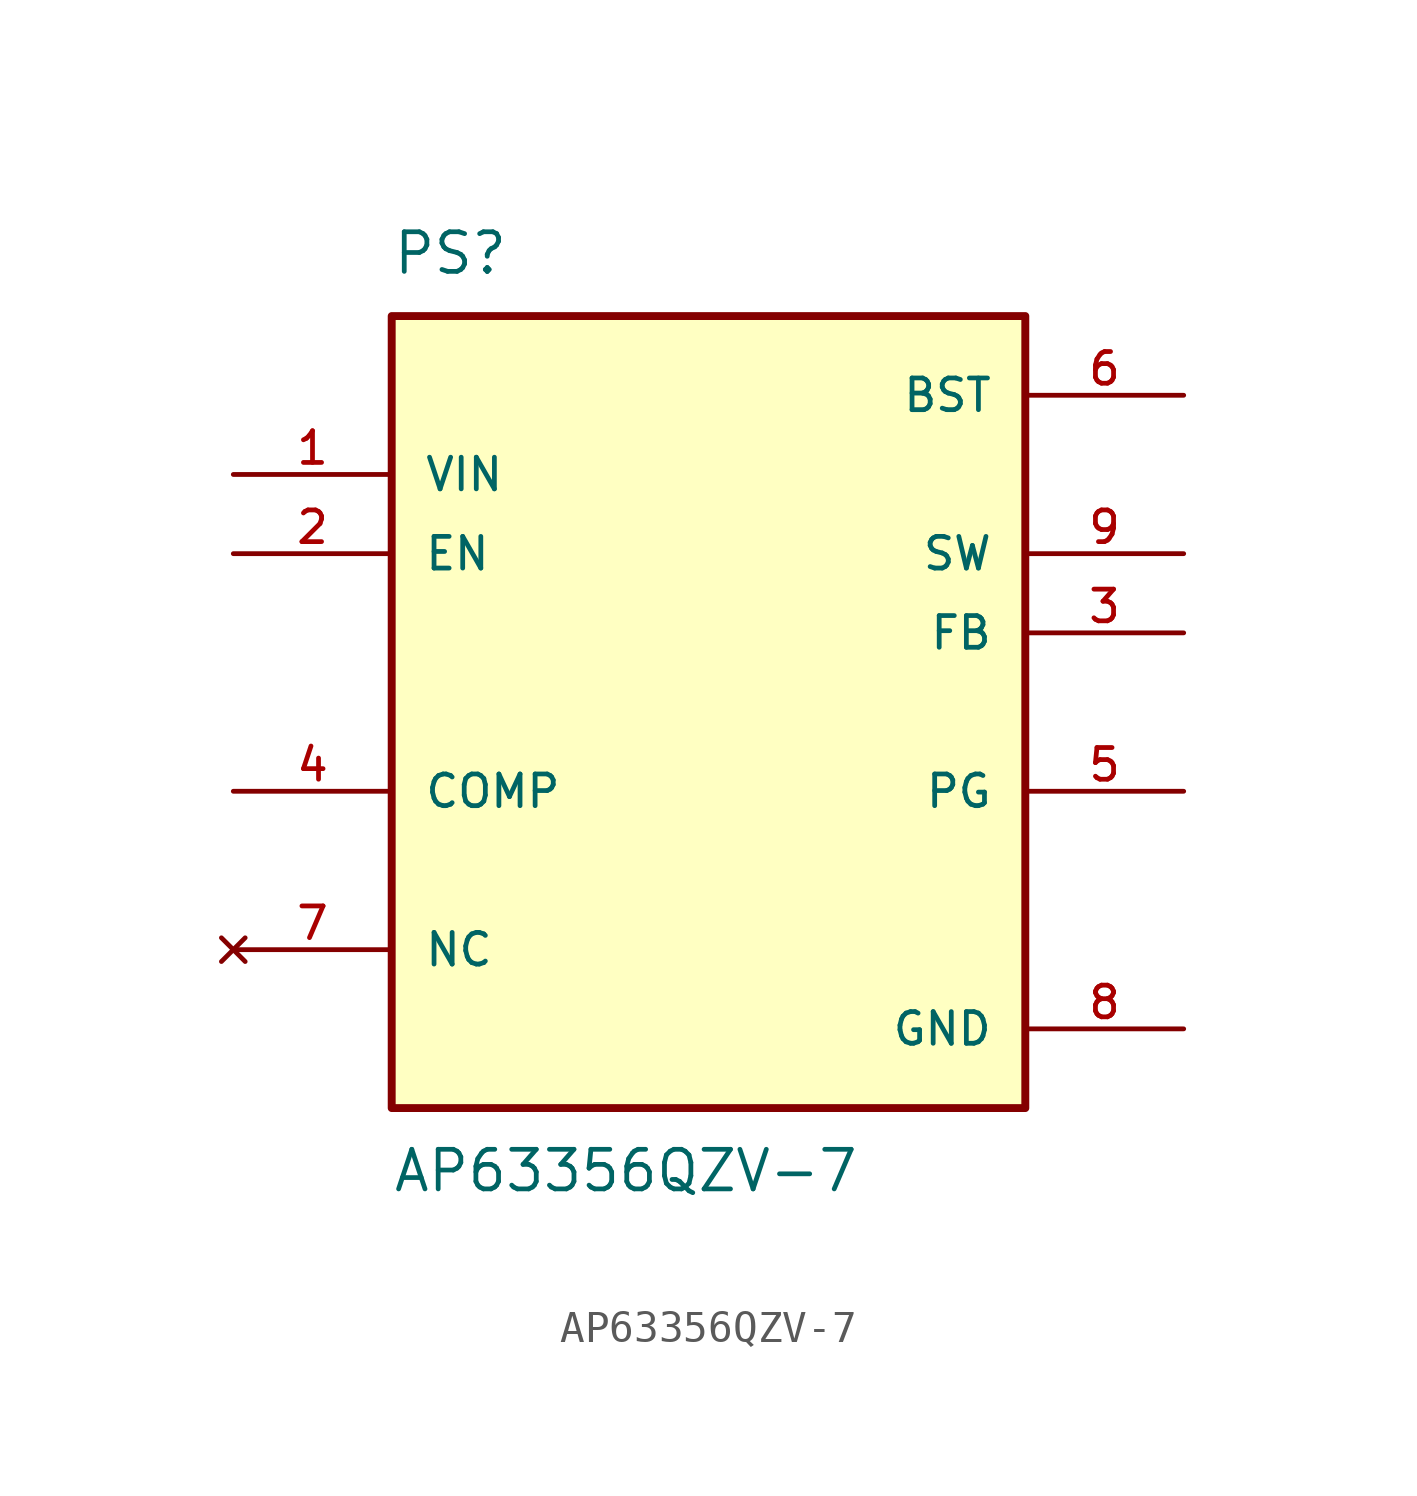
<source format=kicad_sym>
(kicad_symbol_lib
  (version 20211014)
  (generator kicad_symbol_editor)
  (symbol "AP63356QZV-7"
    (pin_names
      (offset 1.016))
    (property "Reference" "PS"
      (at -10.16 13.97 0)
      (effects (font (size 1.27 1.27)) (justify bottom left)))
    (property "Value" "AP63356QZV-7"
      (at -10.16 -13.97 0)
      (effects (font (size 1.27 1.27)) (justify top left)))
    (symbol "AP63356QZV-7_0_0"
      (rectangle (start -10.16 -12.7) (end 10.16 12.7) (stroke (width 0.254)) (fill (type background)))
      (pin output line (at 15.24 -2.54 180.0) (length 5.08) (name "PG" (effects (font (size 1.016 1.016)))) (number "5" (effects (font (size 1.016 1.016)))))
      (pin input line (at -15.24 5.08 0) (length 5.08) (name "EN" (effects (font (size 1.016 1.016)))) (number "2" (effects (font (size 1.016 1.016)))))
      (pin input line (at -15.24 7.62 0) (length 5.08) (name "VIN" (effects (font (size 1.016 1.016)))) (number "1" (effects (font (size 1.016 1.016)))))
      (pin input line (at 15.24 10.16 180.0) (length 5.08) (name "BST" (effects (font (size 1.016 1.016)))) (number "6" (effects (font (size 1.016 1.016)))))
      (pin output line (at 15.24 5.08 180.0) (length 5.08) (name "SW" (effects (font (size 1.016 1.016)))) (number "9" (effects (font (size 1.016 1.016)))))
      (pin power_in line (at 15.24 -10.16 180.0) (length 5.08) (name "GND" (effects (font (size 1.016 1.016)))) (number "8" (effects (font (size 1.016 1.016)))))
      (pin input line (at 15.24 2.54 180.0) (length 5.08) (name "FB" (effects (font (size 1.016 1.016)))) (number "3" (effects (font (size 1.016 1.016)))))
      (pin passive line (at -15.24 -2.54 0) (length 5.08) (name "COMP" (effects (font (size 1.016 1.016)))) (number "4" (effects (font (size 1.016 1.016)))))
      (pin no_connect line (at -15.24 -7.62 0) (length 5.08) (name "NC" (effects (font (size 1.016 1.016)))) (number "7" (effects (font (size 1.016 1.016))))))))
</source>
